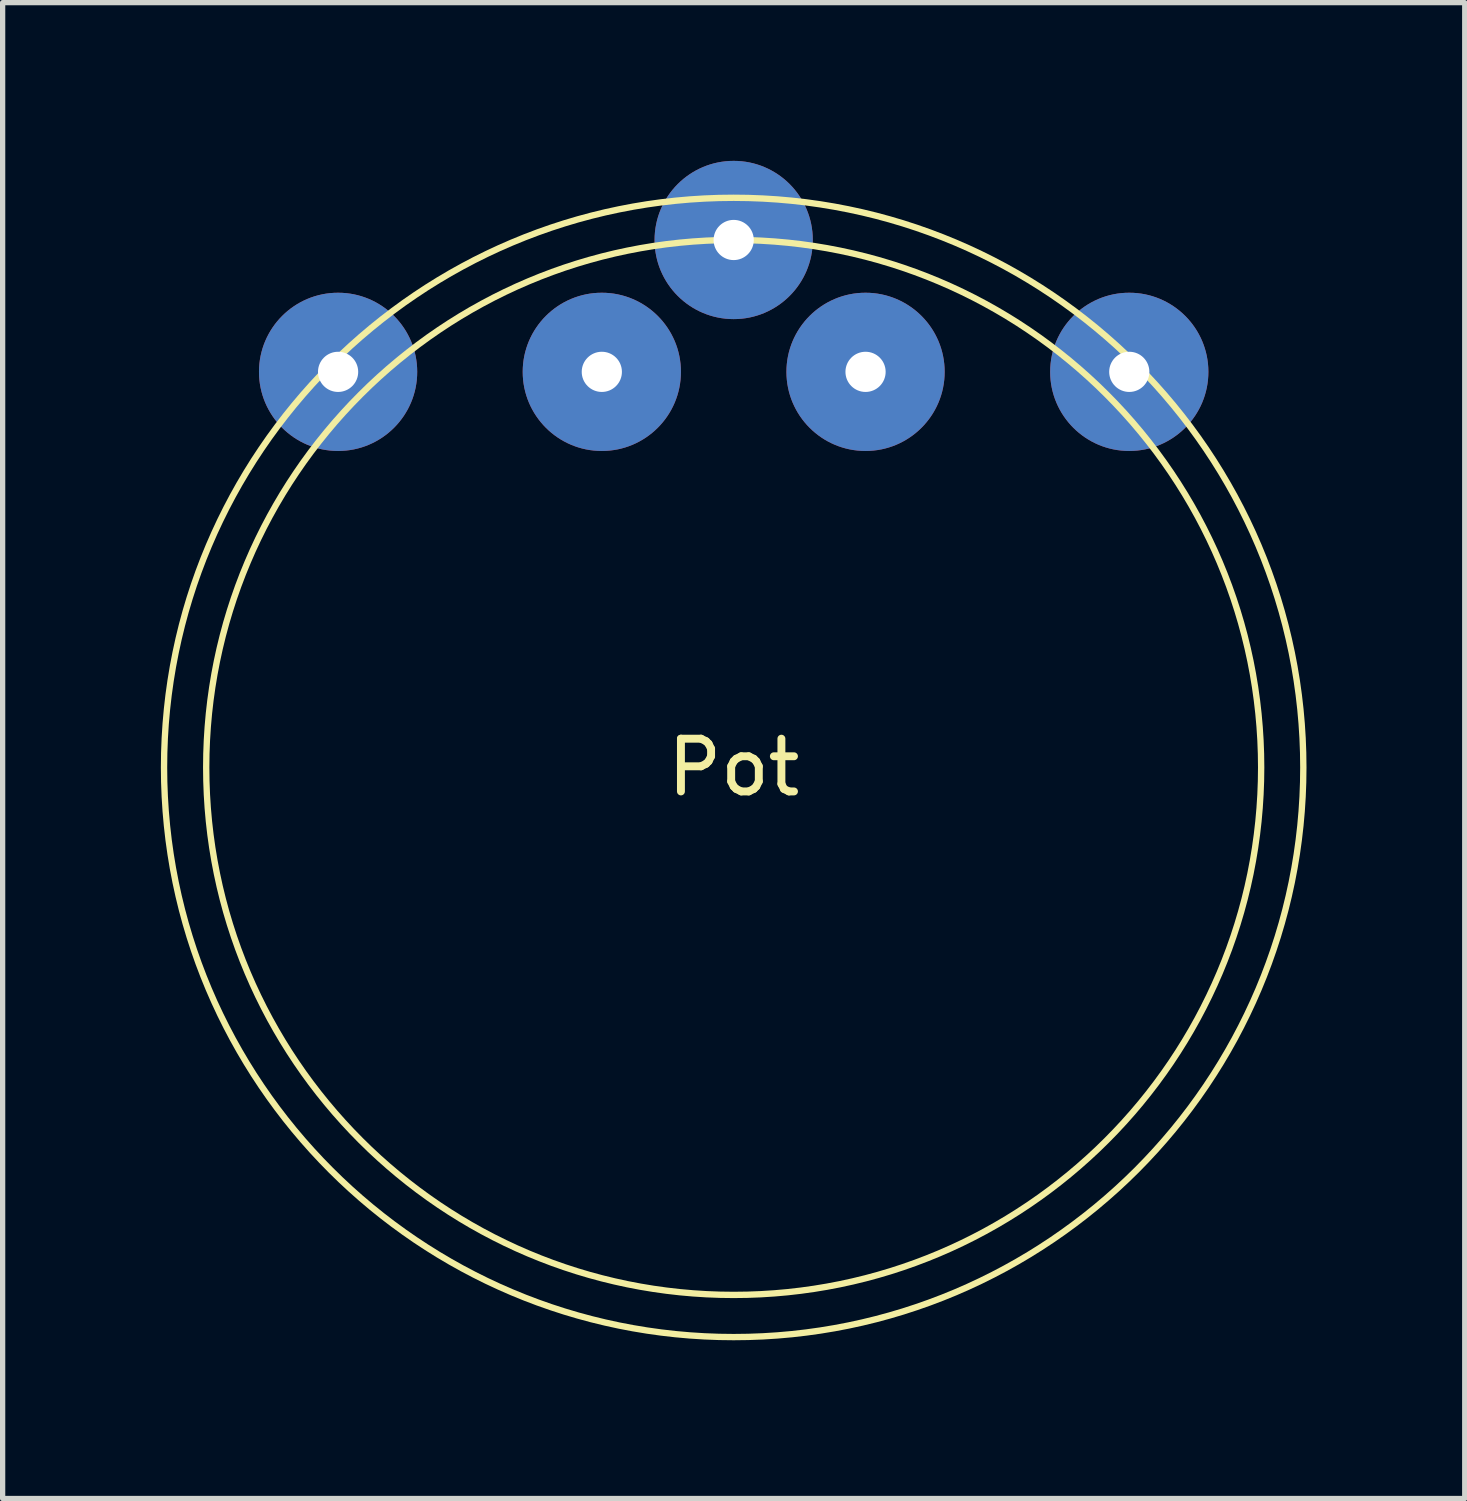
<source format=kicad_pcb>
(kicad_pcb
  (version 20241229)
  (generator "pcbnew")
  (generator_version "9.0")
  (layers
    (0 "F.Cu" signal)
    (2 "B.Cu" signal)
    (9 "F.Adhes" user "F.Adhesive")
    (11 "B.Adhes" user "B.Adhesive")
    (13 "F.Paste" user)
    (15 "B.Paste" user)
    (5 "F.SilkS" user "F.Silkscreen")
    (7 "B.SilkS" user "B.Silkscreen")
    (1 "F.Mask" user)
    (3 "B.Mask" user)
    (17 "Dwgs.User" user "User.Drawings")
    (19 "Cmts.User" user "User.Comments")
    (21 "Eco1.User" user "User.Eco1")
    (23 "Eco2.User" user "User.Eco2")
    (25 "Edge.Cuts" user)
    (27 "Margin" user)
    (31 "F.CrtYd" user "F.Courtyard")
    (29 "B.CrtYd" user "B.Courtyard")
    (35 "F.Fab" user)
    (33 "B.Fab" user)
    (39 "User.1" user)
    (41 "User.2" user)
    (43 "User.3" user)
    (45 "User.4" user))
  (footprint "Pot"
    (layer "F.Cu")
    (at 10.86 11.5)
    (property "Reference" "Pot" (at 0 0 0) (layer "F.SilkS") (effects (font (size 1 1) (thickness 0.15))))
    (attr through_hole)
    (fp_circle (center 0 0) (end 10 -0.1) (stroke (width 0.12) (type solid)) (fill no) (layer "F.SilkS"))
    (fp_circle (center 0 0) (end 10.8 0) (stroke (width 0.12) (type solid)) (fill no) (layer "F.SilkS"))
    (pad "1" thru_hole circle (at -2.5 -7.5) (size 3 3) (drill 0.762) (layers "*.Cu" "*.Mask"))
    (pad "2" thru_hole circle (at 0 -10) (size 3 3) (drill 0.762) (layers "*.Cu" "*.Mask"))
    (pad "3" thru_hole circle (at 2.5 -7.5) (size 3 3) (drill 0.762) (layers "*.Cu" "*.Mask"))
    (pad "4" thru_hole circle (at -7.5 -7.5) (size 3 3) (drill 0.762) (layers "*.Cu" "*.Mask"))
    (pad "5" thru_hole circle (at 7.5 -7.5) (size 3 3) (drill 0.762) (layers "*.Cu" "*.Mask")))
  (gr_rect
    (start -3 -3)
    (end 24.72 25.36)
    (stroke (width 0.1) (type default))
    (fill no)
    (layer "Edge.Cuts")))
</source>
